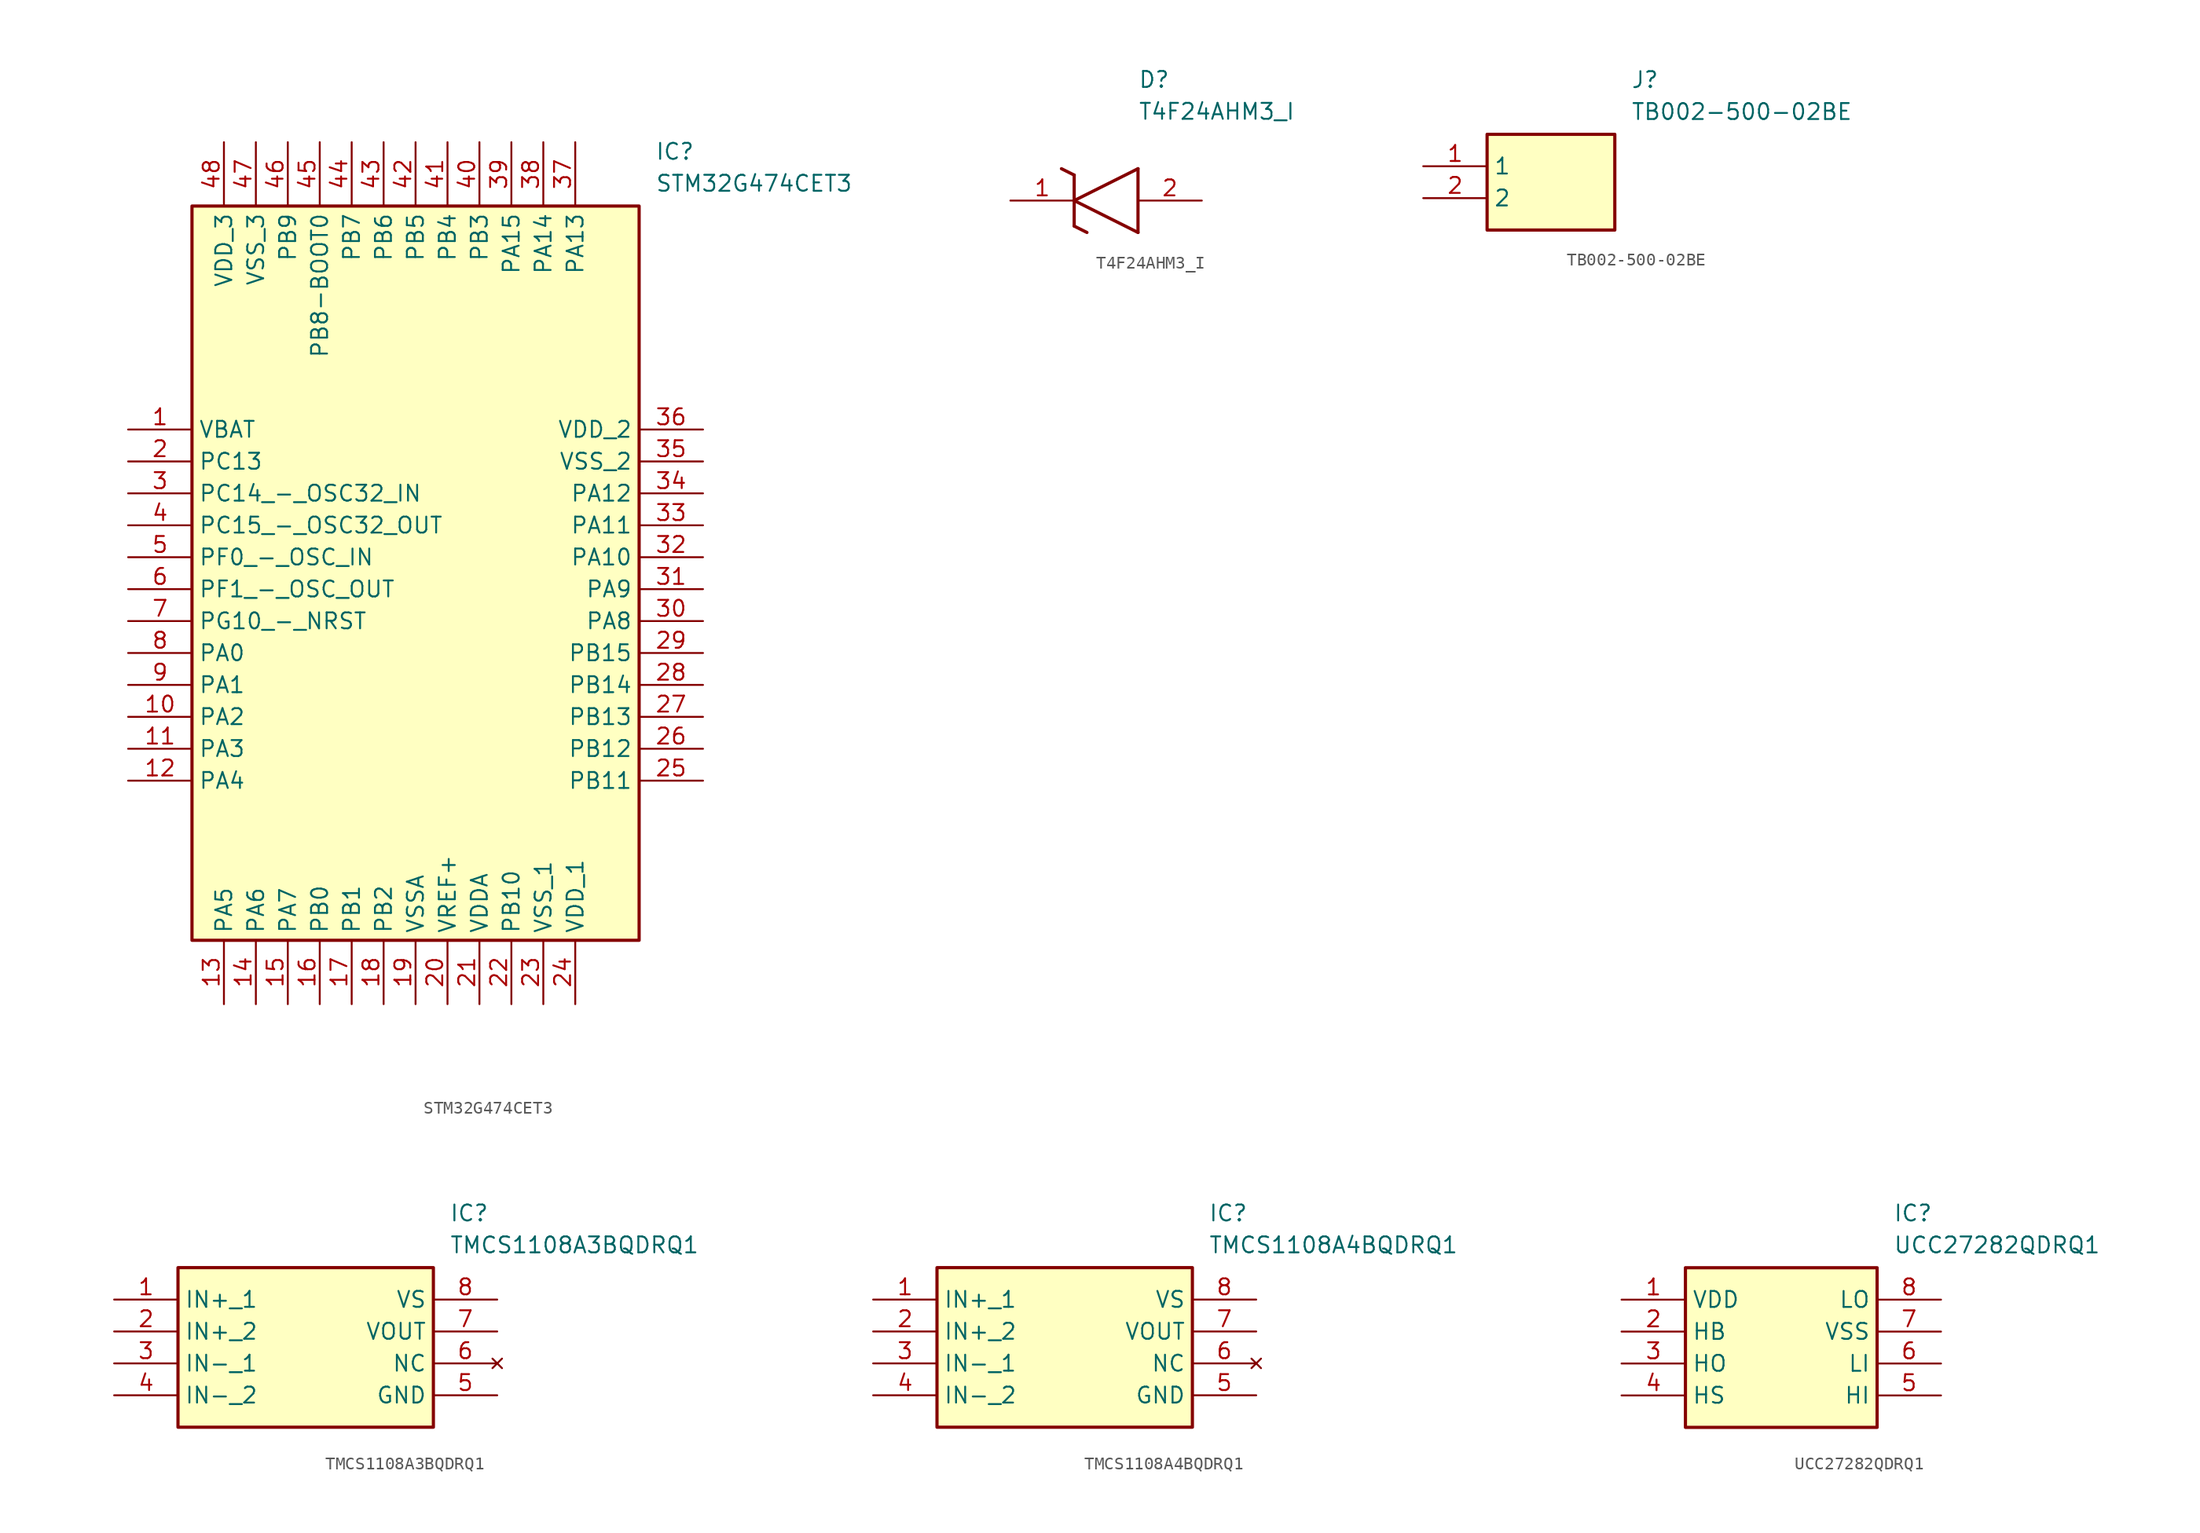
<source format=kicad_sym>
(kicad_symbol_lib
  (version 20220914)
  (generator kicad_symbol_editor)
  (symbol "STM32G474CET3"
    (property "Reference" "IC"
      (at 41.91 22.86 0)
      (effects (font (size 1.27 1.27)) (justify left top)))
    (property "Value" "STM32G474CET3"
      (at 41.91 20.32 0)
      (effects (font (size 1.27 1.27)) (justify left top)))
    (symbol "STM32G474CET3_1_1"
      (rectangle (start 5.08 17.78) (end 40.64 -40.64) (stroke (width 0.254) (type default)) (fill (type background)))
      (pin passive line (at 0 0 0) (length 5.08) (name "VBAT" (effects (font (size 1.27 1.27)))) (number "1" (effects (font (size 1.27 1.27)))))
      (pin passive line (at 0 -22.86 0) (length 5.08) (name "PA2" (effects (font (size 1.27 1.27)))) (number "10" (effects (font (size 1.27 1.27)))))
      (pin passive line (at 0 -25.4 0) (length 5.08) (name "PA3" (effects (font (size 1.27 1.27)))) (number "11" (effects (font (size 1.27 1.27)))))
      (pin passive line (at 0 -27.94 0) (length 5.08) (name "PA4" (effects (font (size 1.27 1.27)))) (number "12" (effects (font (size 1.27 1.27)))))
      (pin passive line (at 7.62 -45.72 90) (length 5.08) (name "PA5" (effects (font (size 1.27 1.27)))) (number "13" (effects (font (size 1.27 1.27)))))
      (pin passive line (at 10.16 -45.72 90) (length 5.08) (name "PA6" (effects (font (size 1.27 1.27)))) (number "14" (effects (font (size 1.27 1.27)))))
      (pin passive line (at 12.7 -45.72 90) (length 5.08) (name "PA7" (effects (font (size 1.27 1.27)))) (number "15" (effects (font (size 1.27 1.27)))))
      (pin passive line (at 15.24 -45.72 90) (length 5.08) (name "PB0" (effects (font (size 1.27 1.27)))) (number "16" (effects (font (size 1.27 1.27)))))
      (pin passive line (at 17.78 -45.72 90) (length 5.08) (name "PB1" (effects (font (size 1.27 1.27)))) (number "17" (effects (font (size 1.27 1.27)))))
      (pin passive line (at 20.32 -45.72 90) (length 5.08) (name "PB2" (effects (font (size 1.27 1.27)))) (number "18" (effects (font (size 1.27 1.27)))))
      (pin passive line (at 22.86 -45.72 90) (length 5.08) (name "VSSA" (effects (font (size 1.27 1.27)))) (number "19" (effects (font (size 1.27 1.27)))))
      (pin passive line (at 0 -2.54 0) (length 5.08) (name "PC13" (effects (font (size 1.27 1.27)))) (number "2" (effects (font (size 1.27 1.27)))))
      (pin passive line (at 25.4 -45.72 90) (length 5.08) (name "VREF+" (effects (font (size 1.27 1.27)))) (number "20" (effects (font (size 1.27 1.27)))))
      (pin passive line (at 27.94 -45.72 90) (length 5.08) (name "VDDA" (effects (font (size 1.27 1.27)))) (number "21" (effects (font (size 1.27 1.27)))))
      (pin passive line (at 30.48 -45.72 90) (length 5.08) (name "PB10" (effects (font (size 1.27 1.27)))) (number "22" (effects (font (size 1.27 1.27)))))
      (pin passive line (at 33.02 -45.72 90) (length 5.08) (name "VSS_1" (effects (font (size 1.27 1.27)))) (number "23" (effects (font (size 1.27 1.27)))))
      (pin passive line (at 35.56 -45.72 90) (length 5.08) (name "VDD_1" (effects (font (size 1.27 1.27)))) (number "24" (effects (font (size 1.27 1.27)))))
      (pin passive line (at 45.72 -27.94 180) (length 5.08) (name "PB11" (effects (font (size 1.27 1.27)))) (number "25" (effects (font (size 1.27 1.27)))))
      (pin passive line (at 45.72 -25.4 180) (length 5.08) (name "PB12" (effects (font (size 1.27 1.27)))) (number "26" (effects (font (size 1.27 1.27)))))
      (pin passive line (at 45.72 -22.86 180) (length 5.08) (name "PB13" (effects (font (size 1.27 1.27)))) (number "27" (effects (font (size 1.27 1.27)))))
      (pin passive line (at 45.72 -20.32 180) (length 5.08) (name "PB14" (effects (font (size 1.27 1.27)))) (number "28" (effects (font (size 1.27 1.27)))))
      (pin passive line (at 45.72 -17.78 180) (length 5.08) (name "PB15" (effects (font (size 1.27 1.27)))) (number "29" (effects (font (size 1.27 1.27)))))
      (pin passive line (at 0 -5.08 0) (length 5.08) (name "PC14_-_OSC32_IN" (effects (font (size 1.27 1.27)))) (number "3" (effects (font (size 1.27 1.27)))))
      (pin passive line (at 45.72 -15.24 180) (length 5.08) (name "PA8" (effects (font (size 1.27 1.27)))) (number "30" (effects (font (size 1.27 1.27)))))
      (pin passive line (at 45.72 -12.7 180) (length 5.08) (name "PA9" (effects (font (size 1.27 1.27)))) (number "31" (effects (font (size 1.27 1.27)))))
      (pin passive line (at 45.72 -10.16 180) (length 5.08) (name "PA10" (effects (font (size 1.27 1.27)))) (number "32" (effects (font (size 1.27 1.27)))))
      (pin passive line (at 45.72 -7.62 180) (length 5.08) (name "PA11" (effects (font (size 1.27 1.27)))) (number "33" (effects (font (size 1.27 1.27)))))
      (pin passive line (at 45.72 -5.08 180) (length 5.08) (name "PA12" (effects (font (size 1.27 1.27)))) (number "34" (effects (font (size 1.27 1.27)))))
      (pin passive line (at 45.72 -2.54 180) (length 5.08) (name "VSS_2" (effects (font (size 1.27 1.27)))) (number "35" (effects (font (size 1.27 1.27)))))
      (pin passive line (at 45.72 0 180) (length 5.08) (name "VDD_2" (effects (font (size 1.27 1.27)))) (number "36" (effects (font (size 1.27 1.27)))))
      (pin passive line (at 35.56 22.86 270) (length 5.08) (name "PA13" (effects (font (size 1.27 1.27)))) (number "37" (effects (font (size 1.27 1.27)))))
      (pin passive line (at 33.02 22.86 270) (length 5.08) (name "PA14" (effects (font (size 1.27 1.27)))) (number "38" (effects (font (size 1.27 1.27)))))
      (pin passive line (at 30.48 22.86 270) (length 5.08) (name "PA15" (effects (font (size 1.27 1.27)))) (number "39" (effects (font (size 1.27 1.27)))))
      (pin passive line (at 0 -7.62 0) (length 5.08) (name "PC15_-_OSC32_OUT" (effects (font (size 1.27 1.27)))) (number "4" (effects (font (size 1.27 1.27)))))
      (pin passive line (at 27.94 22.86 270) (length 5.08) (name "PB3" (effects (font (size 1.27 1.27)))) (number "40" (effects (font (size 1.27 1.27)))))
      (pin passive line (at 25.4 22.86 270) (length 5.08) (name "PB4" (effects (font (size 1.27 1.27)))) (number "41" (effects (font (size 1.27 1.27)))))
      (pin passive line (at 22.86 22.86 270) (length 5.08) (name "PB5" (effects (font (size 1.27 1.27)))) (number "42" (effects (font (size 1.27 1.27)))))
      (pin passive line (at 20.32 22.86 270) (length 5.08) (name "PB6" (effects (font (size 1.27 1.27)))) (number "43" (effects (font (size 1.27 1.27)))))
      (pin passive line (at 17.78 22.86 270) (length 5.08) (name "PB7" (effects (font (size 1.27 1.27)))) (number "44" (effects (font (size 1.27 1.27)))))
      (pin passive line (at 15.24 22.86 270) (length 5.08) (name "PB8-BOOT0" (effects (font (size 1.27 1.27)))) (number "45" (effects (font (size 1.27 1.27)))))
      (pin passive line (at 12.7 22.86 270) (length 5.08) (name "PB9" (effects (font (size 1.27 1.27)))) (number "46" (effects (font (size 1.27 1.27)))))
      (pin passive line (at 10.16 22.86 270) (length 5.08) (name "VSS_3" (effects (font (size 1.27 1.27)))) (number "47" (effects (font (size 1.27 1.27)))))
      (pin passive line (at 7.62 22.86 270) (length 5.08) (name "VDD_3" (effects (font (size 1.27 1.27)))) (number "48" (effects (font (size 1.27 1.27)))))
      (pin passive line (at 0 -10.16 0) (length 5.08) (name "PF0_-_OSC_IN" (effects (font (size 1.27 1.27)))) (number "5" (effects (font (size 1.27 1.27)))))
      (pin passive line (at 0 -12.7 0) (length 5.08) (name "PF1_-_OSC_OUT" (effects (font (size 1.27 1.27)))) (number "6" (effects (font (size 1.27 1.27)))))
      (pin passive line (at 0 -15.24 0) (length 5.08) (name "PG10_-_NRST" (effects (font (size 1.27 1.27)))) (number "7" (effects (font (size 1.27 1.27)))))
      (pin passive line (at 0 -17.78 0) (length 5.08) (name "PA0" (effects (font (size 1.27 1.27)))) (number "8" (effects (font (size 1.27 1.27)))))
      (pin passive line (at 0 -20.32 0) (length 5.08) (name "PA1" (effects (font (size 1.27 1.27)))) (number "9" (effects (font (size 1.27 1.27)))))))
  (symbol "T4F24AHM3_I"
    (pin_names hide)
    (property "Reference" "D"
      (at 10.16 8.89 0)
      (effects (font (size 1.27 1.27)) (justify left bottom)))
    (property "Value" "T4F24AHM3_I"
      (at 10.16 6.35 0)
      (effects (font (size 1.27 1.27)) (justify left bottom)))
    (polyline
      (pts (xy 5.08 0) (xy 10.16 2.54))
      (stroke (width 0.254) (type default))
      (fill (type none)))
    (polyline
      (pts (xy 10.16 -2.54) (xy 10.16 2.54))
      (stroke (width 0.254) (type default))
      (fill (type none)))
    (polyline
      (pts (xy 10.16 -2.54) (xy 5.08 0))
      (stroke (width 0.254) (type default))
      (fill (type none)))
    (polyline
      (pts (xy 5.08 -2.032) (xy 6.096 -2.54))
      (stroke (width 0.254) (type default))
      (fill (type none)))
    (polyline
      (pts (xy 5.08 -2.032) (xy 5.08 2.032))
      (stroke (width 0.254) (type default))
      (fill (type none)))
    (polyline
      (pts (xy 4.064 2.54) (xy 5.08 2.032))
      (stroke (width 0.254) (type default))
      (fill (type none)))
    (pin passive line
      (at 0 0 0)
      (length 5.08)
      (name "K" (effects (font (size 1.27 1.27))))
      (number "1" (effects (font (size 1.27 1.27)))))
    (pin passive line
      (at 15.24 0 180)
      (length 5.08)
      (name "A" (effects (font (size 1.27 1.27))))
      (number "2" (effects (font (size 1.27 1.27))))))
  (symbol "TB002-500-02BE"
    (property "Reference" "J"
      (at 16.51 7.62 0)
      (effects (font (size 1.27 1.27)) (justify left top)))
    (property "Value" "TB002-500-02BE"
      (at 16.51 5.08 0)
      (effects (font (size 1.27 1.27)) (justify left top)))
    (rectangle
      (start 5.08 2.54)
      (end 15.24 -5.08)
      (stroke (width 0.254) (type default))
      (fill (type background)))
    (pin passive line
      (at 0 0 0)
      (length 5.08)
      (name "1" (effects (font (size 1.27 1.27))))
      (number "1" (effects (font (size 1.27 1.27)))))
    (pin passive line
      (at 0 -2.54 0)
      (length 5.08)
      (name "2" (effects (font (size 1.27 1.27))))
      (number "2" (effects (font (size 1.27 1.27))))))
  (symbol "TMCS1108A3BQDRQ1"
    (property "Reference" "IC"
      (at 26.67 7.62 0)
      (effects (font (size 1.27 1.27)) (justify left top)))
    (property "Value" "TMCS1108A3BQDRQ1"
      (at 26.67 5.08 0)
      (effects (font (size 1.27 1.27)) (justify left top)))
    (symbol "TMCS1108A3BQDRQ1_1_1"
      (rectangle (start 5.08 2.54) (end 25.4 -10.16) (stroke (width 0.254) (type default)) (fill (type background)))
      (pin passive line (at 0 0 0) (length 5.08) (name "IN+_1" (effects (font (size 1.27 1.27)))) (number "1" (effects (font (size 1.27 1.27)))))
      (pin passive line (at 0 -2.54 0) (length 5.08) (name "IN+_2" (effects (font (size 1.27 1.27)))) (number "2" (effects (font (size 1.27 1.27)))))
      (pin passive line (at 0 -5.08 0) (length 5.08) (name "IN-_1" (effects (font (size 1.27 1.27)))) (number "3" (effects (font (size 1.27 1.27)))))
      (pin passive line (at 0 -7.62 0) (length 5.08) (name "IN-_2" (effects (font (size 1.27 1.27)))) (number "4" (effects (font (size 1.27 1.27)))))
      (pin passive line (at 30.48 -7.62 180) (length 5.08) (name "GND" (effects (font (size 1.27 1.27)))) (number "5" (effects (font (size 1.27 1.27)))))
      (pin no_connect line (at 30.48 -5.08 180) (length 5.08) (name "NC" (effects (font (size 1.27 1.27)))) (number "6" (effects (font (size 1.27 1.27)))))
      (pin passive line (at 30.48 -2.54 180) (length 5.08) (name "VOUT" (effects (font (size 1.27 1.27)))) (number "7" (effects (font (size 1.27 1.27)))))
      (pin passive line (at 30.48 0 180) (length 5.08) (name "VS" (effects (font (size 1.27 1.27)))) (number "8" (effects (font (size 1.27 1.27)))))))
  (symbol "TMCS1108A4BQDRQ1"
    (property "Reference" "IC"
      (at 26.67 7.62 0)
      (effects (font (size 1.27 1.27)) (justify left top)))
    (property "Value" "TMCS1108A4BQDRQ1"
      (at 26.67 5.08 0)
      (effects (font (size 1.27 1.27)) (justify left top)))
    (rectangle
      (start 5.08 2.54)
      (end 25.4 -10.16)
      (stroke (width 0.254) (type default))
      (fill (type background)))
    (pin passive line
      (at 0 0 0)
      (length 5.08)
      (name "IN+_1" (effects (font (size 1.27 1.27))))
      (number "1" (effects (font (size 1.27 1.27)))))
    (pin passive line
      (at 0 -2.54 0)
      (length 5.08)
      (name "IN+_2" (effects (font (size 1.27 1.27))))
      (number "2" (effects (font (size 1.27 1.27)))))
    (pin passive line
      (at 0 -5.08 0)
      (length 5.08)
      (name "IN-_1" (effects (font (size 1.27 1.27))))
      (number "3" (effects (font (size 1.27 1.27)))))
    (pin passive line
      (at 0 -7.62 0)
      (length 5.08)
      (name "IN-_2" (effects (font (size 1.27 1.27))))
      (number "4" (effects (font (size 1.27 1.27)))))
    (pin passive line
      (at 30.48 0 180)
      (length 5.08)
      (name "VS" (effects (font (size 1.27 1.27))))
      (number "8" (effects (font (size 1.27 1.27)))))
    (pin passive line
      (at 30.48 -2.54 180)
      (length 5.08)
      (name "VOUT" (effects (font (size 1.27 1.27))))
      (number "7" (effects (font (size 1.27 1.27)))))
    (pin no_connect line
      (at 30.48 -5.08 180)
      (length 5.08)
      (name "NC" (effects (font (size 1.27 1.27))))
      (number "6" (effects (font (size 1.27 1.27)))))
    (pin passive line
      (at 30.48 -7.62 180)
      (length 5.08)
      (name "GND" (effects (font (size 1.27 1.27))))
      (number "5" (effects (font (size 1.27 1.27))))))
  (symbol "UCC27282QDRQ1"
    (property "Reference" "IC"
      (at 21.59 7.62 0)
      (effects (font (size 1.27 1.27)) (justify left top)))
    (property "Value" "UCC27282QDRQ1"
      (at 21.59 5.08 0)
      (effects (font (size 1.27 1.27)) (justify left top)))
    (symbol "UCC27282QDRQ1_1_1"
      (rectangle (start 5.08 2.54) (end 20.32 -10.16) (stroke (width 0.254) (type default)) (fill (type background)))
      (pin passive line (at 0 0 0) (length 5.08) (name "VDD" (effects (font (size 1.27 1.27)))) (number "1" (effects (font (size 1.27 1.27)))))
      (pin passive line (at 0 -2.54 0) (length 5.08) (name "HB" (effects (font (size 1.27 1.27)))) (number "2" (effects (font (size 1.27 1.27)))))
      (pin passive line (at 0 -5.08 0) (length 5.08) (name "HO" (effects (font (size 1.27 1.27)))) (number "3" (effects (font (size 1.27 1.27)))))
      (pin passive line (at 0 -7.62 0) (length 5.08) (name "HS" (effects (font (size 1.27 1.27)))) (number "4" (effects (font (size 1.27 1.27)))))
      (pin passive line (at 25.4 -7.62 180) (length 5.08) (name "HI" (effects (font (size 1.27 1.27)))) (number "5" (effects (font (size 1.27 1.27)))))
      (pin passive line (at 25.4 -5.08 180) (length 5.08) (name "LI" (effects (font (size 1.27 1.27)))) (number "6" (effects (font (size 1.27 1.27)))))
      (pin passive line (at 25.4 -2.54 180) (length 5.08) (name "VSS" (effects (font (size 1.27 1.27)))) (number "7" (effects (font (size 1.27 1.27)))))
      (pin passive line (at 25.4 0 180) (length 5.08) (name "LO" (effects (font (size 1.27 1.27)))) (number "8" (effects (font (size 1.27 1.27))))))))
</source>
